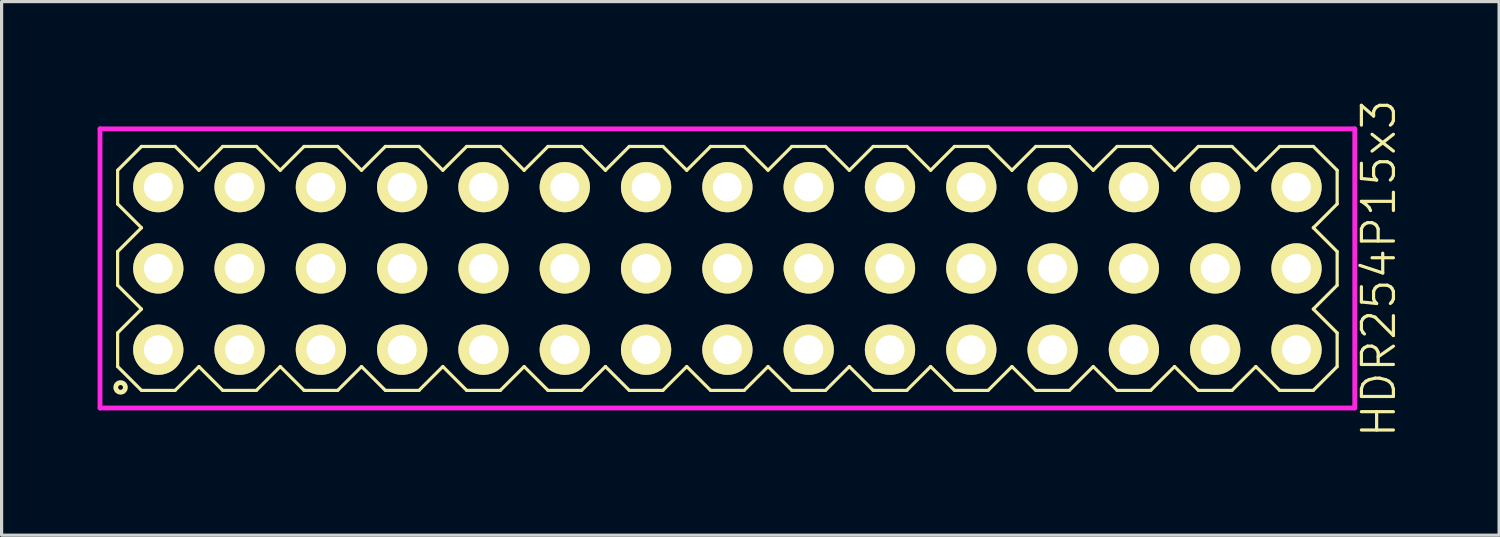
<source format=kicad_pcb>
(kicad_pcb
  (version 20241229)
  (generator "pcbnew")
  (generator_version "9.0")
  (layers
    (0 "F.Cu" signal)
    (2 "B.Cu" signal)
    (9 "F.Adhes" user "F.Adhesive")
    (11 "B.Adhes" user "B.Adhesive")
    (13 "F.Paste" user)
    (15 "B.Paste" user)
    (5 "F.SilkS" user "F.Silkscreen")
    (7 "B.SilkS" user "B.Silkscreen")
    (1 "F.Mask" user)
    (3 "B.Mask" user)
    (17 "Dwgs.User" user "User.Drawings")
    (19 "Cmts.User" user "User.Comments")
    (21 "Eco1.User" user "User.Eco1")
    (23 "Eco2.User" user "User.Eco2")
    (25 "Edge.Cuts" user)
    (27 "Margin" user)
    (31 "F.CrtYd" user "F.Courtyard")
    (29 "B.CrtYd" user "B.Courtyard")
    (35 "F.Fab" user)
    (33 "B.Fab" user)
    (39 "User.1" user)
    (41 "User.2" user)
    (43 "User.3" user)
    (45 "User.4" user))
  (footprint "HDR254P15x3"
    (layer "F.Cu")
    (at 19.675 5.336)
    (property "Reference" "HDR254P15x3" (at 20.35 0 90) (layer "F.SilkS") (effects (font (size 1 1) (thickness 0.1))))
    (attr through_hole)
    (fp_line (start -19.05 -3.066) (end -18.306 -3.81) (stroke (width 0.1) (type solid)) (layer "F.SilkS"))
    (fp_line (start -19.05 -2.014) (end -19.05 -3.066) (stroke (width 0.1) (type solid)) (layer "F.SilkS"))
    (fp_line (start -19.05 -0.526) (end -18.306 -1.27) (stroke (width 0.1) (type solid)) (layer "F.SilkS"))
    (fp_line (start -19.05 0.526) (end -19.05 -0.526) (stroke (width 0.1) (type solid)) (layer "F.SilkS"))
    (fp_line (start -19.05 2.014) (end -18.306 1.27) (stroke (width 0.1) (type solid)) (layer "F.SilkS"))
    (fp_line (start -19.05 3.066) (end -19.05 2.014) (stroke (width 0.1) (type solid)) (layer "F.SilkS"))
    (fp_line (start -18.306 -3.81) (end -17.254 -3.81) (stroke (width 0.1) (type solid)) (layer "F.SilkS"))
    (fp_line (start -18.306 -1.27) (end -19.05 -2.014) (stroke (width 0.1) (type solid)) (layer "F.SilkS"))
    (fp_line (start -18.306 1.27) (end -19.05 0.526) (stroke (width 0.1) (type solid)) (layer "F.SilkS"))
    (fp_line (start -18.306 3.81) (end -19.05 3.066) (stroke (width 0.1) (type solid)) (layer "F.SilkS"))
    (fp_line (start -17.254 -3.81) (end -16.51 -3.066) (stroke (width 0.1) (type solid)) (layer "F.SilkS"))
    (fp_line (start -17.254 3.81) (end -18.306 3.81) (stroke (width 0.1) (type solid)) (layer "F.SilkS"))
    (fp_line (start -16.51 -3.066) (end -15.766 -3.81) (stroke (width 0.1) (type solid)) (layer "F.SilkS"))
    (fp_line (start -16.51 3.066) (end -17.254 3.81) (stroke (width 0.1) (type solid)) (layer "F.SilkS"))
    (fp_line (start -15.766 -3.81) (end -14.714 -3.81) (stroke (width 0.1) (type solid)) (layer "F.SilkS"))
    (fp_line (start -15.766 3.81) (end -16.51 3.066) (stroke (width 0.1) (type solid)) (layer "F.SilkS"))
    (fp_line (start -14.714 -3.81) (end -13.97 -3.066) (stroke (width 0.1) (type solid)) (layer "F.SilkS"))
    (fp_line (start -14.714 3.81) (end -15.766 3.81) (stroke (width 0.1) (type solid)) (layer "F.SilkS"))
    (fp_line (start -13.97 -3.066) (end -13.226 -3.81) (stroke (width 0.1) (type solid)) (layer "F.SilkS"))
    (fp_line (start -13.97 3.066) (end -14.714 3.81) (stroke (width 0.1) (type solid)) (layer "F.SilkS"))
    (fp_line (start -13.226 -3.81) (end -12.174 -3.81) (stroke (width 0.1) (type solid)) (layer "F.SilkS"))
    (fp_line (start -13.226 3.81) (end -13.97 3.066) (stroke (width 0.1) (type solid)) (layer "F.SilkS"))
    (fp_line (start -12.174 -3.81) (end -11.43 -3.066) (stroke (width 0.1) (type solid)) (layer "F.SilkS"))
    (fp_line (start -12.174 3.81) (end -13.226 3.81) (stroke (width 0.1) (type solid)) (layer "F.SilkS"))
    (fp_line (start -11.43 -3.066) (end -10.686 -3.81) (stroke (width 0.1) (type solid)) (layer "F.SilkS"))
    (fp_line (start -11.43 3.066) (end -12.174 3.81) (stroke (width 0.1) (type solid)) (layer "F.SilkS"))
    (fp_line (start -10.686 -3.81) (end -9.634 -3.81) (stroke (width 0.1) (type solid)) (layer "F.SilkS"))
    (fp_line (start -10.686 3.81) (end -11.43 3.066) (stroke (width 0.1) (type solid)) (layer "F.SilkS"))
    (fp_line (start -9.634 -3.81) (end -8.89 -3.066) (stroke (width 0.1) (type solid)) (layer "F.SilkS"))
    (fp_line (start -9.634 3.81) (end -10.686 3.81) (stroke (width 0.1) (type solid)) (layer "F.SilkS"))
    (fp_line (start -8.89 -3.066) (end -8.146 -3.81) (stroke (width 0.1) (type solid)) (layer "F.SilkS"))
    (fp_line (start -8.89 3.066) (end -9.634 3.81) (stroke (width 0.1) (type solid)) (layer "F.SilkS"))
    (fp_line (start -8.146 -3.81) (end -7.094 -3.81) (stroke (width 0.1) (type solid)) (layer "F.SilkS"))
    (fp_line (start -8.146 3.81) (end -8.89 3.066) (stroke (width 0.1) (type solid)) (layer "F.SilkS"))
    (fp_line (start -7.094 -3.81) (end -6.35 -3.066) (stroke (width 0.1) (type solid)) (layer "F.SilkS"))
    (fp_line (start -7.094 3.81) (end -8.146 3.81) (stroke (width 0.1) (type solid)) (layer "F.SilkS"))
    (fp_line (start -6.35 -3.066) (end -5.606 -3.81) (stroke (width 0.1) (type solid)) (layer "F.SilkS"))
    (fp_line (start -6.35 3.066) (end -7.094 3.81) (stroke (width 0.1) (type solid)) (layer "F.SilkS"))
    (fp_line (start -5.606 -3.81) (end -4.554 -3.81) (stroke (width 0.1) (type solid)) (layer "F.SilkS"))
    (fp_line (start -5.606 3.81) (end -6.35 3.066) (stroke (width 0.1) (type solid)) (layer "F.SilkS"))
    (fp_line (start -4.554 -3.81) (end -3.81 -3.066) (stroke (width 0.1) (type solid)) (layer "F.SilkS"))
    (fp_line (start -4.554 3.81) (end -5.606 3.81) (stroke (width 0.1) (type solid)) (layer "F.SilkS"))
    (fp_line (start -3.81 -3.066) (end -3.066 -3.81) (stroke (width 0.1) (type solid)) (layer "F.SilkS"))
    (fp_line (start -3.81 3.066) (end -4.554 3.81) (stroke (width 0.1) (type solid)) (layer "F.SilkS"))
    (fp_line (start -3.066 -3.81) (end -2.014 -3.81) (stroke (width 0.1) (type solid)) (layer "F.SilkS"))
    (fp_line (start -3.066 3.81) (end -3.81 3.066) (stroke (width 0.1) (type solid)) (layer "F.SilkS"))
    (fp_line (start -2.014 -3.81) (end -1.27 -3.066) (stroke (width 0.1) (type solid)) (layer "F.SilkS"))
    (fp_line (start -2.014 3.81) (end -3.066 3.81) (stroke (width 0.1) (type solid)) (layer "F.SilkS"))
    (fp_line (start -1.27 -3.066) (end -0.526 -3.81) (stroke (width 0.1) (type solid)) (layer "F.SilkS"))
    (fp_line (start -1.27 3.066) (end -2.014 3.81) (stroke (width 0.1) (type solid)) (layer "F.SilkS"))
    (fp_line (start -0.526 -3.81) (end 0.526 -3.81) (stroke (width 0.1) (type solid)) (layer "F.SilkS"))
    (fp_line (start -0.526 3.81) (end -1.27 3.066) (stroke (width 0.1) (type solid)) (layer "F.SilkS"))
    (fp_line (start 0.526 -3.81) (end 1.27 -3.066) (stroke (width 0.1) (type solid)) (layer "F.SilkS"))
    (fp_line (start 0.526 3.81) (end -0.526 3.81) (stroke (width 0.1) (type solid)) (layer "F.SilkS"))
    (fp_line (start 1.27 -3.066) (end 2.014 -3.81) (stroke (width 0.1) (type solid)) (layer "F.SilkS"))
    (fp_line (start 1.27 3.066) (end 0.526 3.81) (stroke (width 0.1) (type solid)) (layer "F.SilkS"))
    (fp_line (start 2.014 -3.81) (end 3.066 -3.81) (stroke (width 0.1) (type solid)) (layer "F.SilkS"))
    (fp_line (start 2.014 3.81) (end 1.27 3.066) (stroke (width 0.1) (type solid)) (layer "F.SilkS"))
    (fp_line (start 3.066 -3.81) (end 3.81 -3.066) (stroke (width 0.1) (type solid)) (layer "F.SilkS"))
    (fp_line (start 3.066 3.81) (end 2.014 3.81) (stroke (width 0.1) (type solid)) (layer "F.SilkS"))
    (fp_line (start 3.81 -3.066) (end 4.554 -3.81) (stroke (width 0.1) (type solid)) (layer "F.SilkS"))
    (fp_line (start 3.81 3.066) (end 3.066 3.81) (stroke (width 0.1) (type solid)) (layer "F.SilkS"))
    (fp_line (start 4.554 -3.81) (end 5.606 -3.81) (stroke (width 0.1) (type solid)) (layer "F.SilkS"))
    (fp_line (start 4.554 3.81) (end 3.81 3.066) (stroke (width 0.1) (type solid)) (layer "F.SilkS"))
    (fp_line (start 5.606 -3.81) (end 6.35 -3.066) (stroke (width 0.1) (type solid)) (layer "F.SilkS"))
    (fp_line (start 5.606 3.81) (end 4.554 3.81) (stroke (width 0.1) (type solid)) (layer "F.SilkS"))
    (fp_line (start 6.35 -3.066) (end 7.094 -3.81) (stroke (width 0.1) (type solid)) (layer "F.SilkS"))
    (fp_line (start 6.35 3.066) (end 5.606 3.81) (stroke (width 0.1) (type solid)) (layer "F.SilkS"))
    (fp_line (start 7.094 -3.81) (end 8.146 -3.81) (stroke (width 0.1) (type solid)) (layer "F.SilkS"))
    (fp_line (start 7.094 3.81) (end 6.35 3.066) (stroke (width 0.1) (type solid)) (layer "F.SilkS"))
    (fp_line (start 8.146 -3.81) (end 8.89 -3.066) (stroke (width 0.1) (type solid)) (layer "F.SilkS"))
    (fp_line (start 8.146 3.81) (end 7.094 3.81) (stroke (width 0.1) (type solid)) (layer "F.SilkS"))
    (fp_line (start 8.89 -3.066) (end 9.634 -3.81) (stroke (width 0.1) (type solid)) (layer "F.SilkS"))
    (fp_line (start 8.89 3.066) (end 8.146 3.81) (stroke (width 0.1) (type solid)) (layer "F.SilkS"))
    (fp_line (start 9.634 -3.81) (end 10.686 -3.81) (stroke (width 0.1) (type solid)) (layer "F.SilkS"))
    (fp_line (start 9.634 3.81) (end 8.89 3.066) (stroke (width 0.1) (type solid)) (layer "F.SilkS"))
    (fp_line (start 10.686 -3.81) (end 11.43 -3.066) (stroke (width 0.1) (type solid)) (layer "F.SilkS"))
    (fp_line (start 10.686 3.81) (end 9.634 3.81) (stroke (width 0.1) (type solid)) (layer "F.SilkS"))
    (fp_line (start 11.43 -3.066) (end 12.174 -3.81) (stroke (width 0.1) (type solid)) (layer "F.SilkS"))
    (fp_line (start 11.43 3.066) (end 10.686 3.81) (stroke (width 0.1) (type solid)) (layer "F.SilkS"))
    (fp_line (start 12.174 -3.81) (end 13.226 -3.81) (stroke (width 0.1) (type solid)) (layer "F.SilkS"))
    (fp_line (start 12.174 3.81) (end 11.43 3.066) (stroke (width 0.1) (type solid)) (layer "F.SilkS"))
    (fp_line (start 13.226 -3.81) (end 13.97 -3.066) (stroke (width 0.1) (type solid)) (layer "F.SilkS"))
    (fp_line (start 13.226 3.81) (end 12.174 3.81) (stroke (width 0.1) (type solid)) (layer "F.SilkS"))
    (fp_line (start 13.97 -3.066) (end 14.714 -3.81) (stroke (width 0.1) (type solid)) (layer "F.SilkS"))
    (fp_line (start 13.97 3.066) (end 13.226 3.81) (stroke (width 0.1) (type solid)) (layer "F.SilkS"))
    (fp_line (start 14.714 -3.81) (end 15.766 -3.81) (stroke (width 0.1) (type solid)) (layer "F.SilkS"))
    (fp_line (start 14.714 3.81) (end 13.97 3.066) (stroke (width 0.1) (type solid)) (layer "F.SilkS"))
    (fp_line (start 15.766 -3.81) (end 16.51 -3.066) (stroke (width 0.1) (type solid)) (layer "F.SilkS"))
    (fp_line (start 15.766 3.81) (end 14.714 3.81) (stroke (width 0.1) (type solid)) (layer "F.SilkS"))
    (fp_line (start 16.51 -3.066) (end 17.254 -3.81) (stroke (width 0.1) (type solid)) (layer "F.SilkS"))
    (fp_line (start 16.51 3.066) (end 15.766 3.81) (stroke (width 0.1) (type solid)) (layer "F.SilkS"))
    (fp_line (start 17.254 -3.81) (end 18.306 -3.81) (stroke (width 0.1) (type solid)) (layer "F.SilkS"))
    (fp_line (start 17.254 3.81) (end 16.51 3.066) (stroke (width 0.1) (type solid)) (layer "F.SilkS"))
    (fp_line (start 18.306 -3.81) (end 19.05 -3.066) (stroke (width 0.1) (type solid)) (layer "F.SilkS"))
    (fp_line (start 18.306 -1.27) (end 19.05 -0.526) (stroke (width 0.1) (type solid)) (layer "F.SilkS"))
    (fp_line (start 18.306 1.27) (end 19.05 2.014) (stroke (width 0.1) (type solid)) (layer "F.SilkS"))
    (fp_line (start 18.306 3.81) (end 17.254 3.81) (stroke (width 0.1) (type solid)) (layer "F.SilkS"))
    (fp_line (start 19.05 -3.066) (end 19.05 -2.014) (stroke (width 0.1) (type solid)) (layer "F.SilkS"))
    (fp_line (start 19.05 -2.014) (end 18.306 -1.27) (stroke (width 0.1) (type solid)) (layer "F.SilkS"))
    (fp_line (start 19.05 -0.526) (end 19.05 0.526) (stroke (width 0.1) (type solid)) (layer "F.SilkS"))
    (fp_line (start 19.05 0.526) (end 18.306 1.27) (stroke (width 0.1) (type solid)) (layer "F.SilkS"))
    (fp_line (start 19.05 2.014) (end 19.05 3.066) (stroke (width 0.1) (type solid)) (layer "F.SilkS"))
    (fp_line (start 19.05 3.066) (end 18.306 3.81) (stroke (width 0.1) (type solid)) (layer "F.SilkS"))
    (fp_circle (center -18.958 3.718) (end -18.808 3.718) (stroke (width 0.15) (type solid)) (fill no) (layer "F.SilkS"))
    (fp_line (start -19.6 -4.36) (end -19.6 4.36) (stroke (width 0.15) (type solid)) (layer "F.CrtYd"))
    (fp_line (start -19.6 4.36) (end 19.6 4.36) (stroke (width 0.15) (type solid)) (layer "F.CrtYd"))
    (fp_line (start 19.6 -4.36) (end -19.6 -4.36) (stroke (width 0.15) (type solid)) (layer "F.CrtYd"))
    (fp_line (start 19.6 4.36) (end 19.6 -4.36) (stroke (width 0.15) (type solid)) (layer "F.CrtYd"))
    (pad "1" thru_hole oval (at -17.78 2.54) (size 1.57 1.57) (drill 0.9) (layers "*.Cu" "*.Mask" "F.SilkS"))
    (pad "2" thru_hole oval (at -17.78 0) (size 1.57 1.57) (drill 0.9) (layers "*.Cu" "*.Mask" "F.SilkS"))
    (pad "3" thru_hole oval (at -17.78 -2.54) (size 1.57 1.57) (drill 0.9) (layers "*.Cu" "*.Mask" "F.SilkS"))
    (pad "4" thru_hole oval (at -15.24 2.54) (size 1.57 1.57) (drill 0.9) (layers "*.Cu" "*.Mask" "F.SilkS"))
    (pad "5" thru_hole oval (at -15.24 0) (size 1.57 1.57) (drill 0.9) (layers "*.Cu" "*.Mask" "F.SilkS"))
    (pad "6" thru_hole oval (at -15.24 -2.54) (size 1.57 1.57) (drill 0.9) (layers "*.Cu" "*.Mask" "F.SilkS"))
    (pad "7" thru_hole oval (at -12.7 2.54) (size 1.57 1.57) (drill 0.9) (layers "*.Cu" "*.Mask" "F.SilkS"))
    (pad "8" thru_hole oval (at -12.7 0) (size 1.57 1.57) (drill 0.9) (layers "*.Cu" "*.Mask" "F.SilkS"))
    (pad "9" thru_hole oval (at -12.7 -2.54) (size 1.57 1.57) (drill 0.9) (layers "*.Cu" "*.Mask" "F.SilkS"))
    (pad "10" thru_hole oval (at -10.16 2.54) (size 1.57 1.57) (drill 0.9) (layers "*.Cu" "*.Mask" "F.SilkS"))
    (pad "11" thru_hole oval (at -10.16 0) (size 1.57 1.57) (drill 0.9) (layers "*.Cu" "*.Mask" "F.SilkS"))
    (pad "12" thru_hole oval (at -10.16 -2.54) (size 1.57 1.57) (drill 0.9) (layers "*.Cu" "*.Mask" "F.SilkS"))
    (pad "13" thru_hole oval (at -7.62 2.54) (size 1.57 1.57) (drill 0.9) (layers "*.Cu" "*.Mask" "F.SilkS"))
    (pad "14" thru_hole oval (at -7.62 0) (size 1.57 1.57) (drill 0.9) (layers "*.Cu" "*.Mask" "F.SilkS"))
    (pad "15" thru_hole oval (at -7.62 -2.54) (size 1.57 1.57) (drill 0.9) (layers "*.Cu" "*.Mask" "F.SilkS"))
    (pad "16" thru_hole oval (at -5.08 2.54) (size 1.57 1.57) (drill 0.9) (layers "*.Cu" "*.Mask" "F.SilkS"))
    (pad "17" thru_hole oval (at -5.08 0) (size 1.57 1.57) (drill 0.9) (layers "*.Cu" "*.Mask" "F.SilkS"))
    (pad "18" thru_hole oval (at -5.08 -2.54) (size 1.57 1.57) (drill 0.9) (layers "*.Cu" "*.Mask" "F.SilkS"))
    (pad "19" thru_hole oval (at -2.54 2.54) (size 1.57 1.57) (drill 0.9) (layers "*.Cu" "*.Mask" "F.SilkS"))
    (pad "20" thru_hole oval (at -2.54 0) (size 1.57 1.57) (drill 0.9) (layers "*.Cu" "*.Mask" "F.SilkS"))
    (pad "21" thru_hole oval (at -2.54 -2.54) (size 1.57 1.57) (drill 0.9) (layers "*.Cu" "*.Mask" "F.SilkS"))
    (pad "22" thru_hole oval (at 0 2.54) (size 1.57 1.57) (drill 0.9) (layers "*.Cu" "*.Mask" "F.SilkS"))
    (pad "23" thru_hole oval (at 0 0) (size 1.57 1.57) (drill 0.9) (layers "*.Cu" "*.Mask" "F.SilkS"))
    (pad "24" thru_hole oval (at 0 -2.54) (size 1.57 1.57) (drill 0.9) (layers "*.Cu" "*.Mask" "F.SilkS"))
    (pad "25" thru_hole oval (at 2.54 2.54) (size 1.57 1.57) (drill 0.9) (layers "*.Cu" "*.Mask" "F.SilkS"))
    (pad "26" thru_hole oval (at 2.54 0) (size 1.57 1.57) (drill 0.9) (layers "*.Cu" "*.Mask" "F.SilkS"))
    (pad "27" thru_hole oval (at 2.54 -2.54) (size 1.57 1.57) (drill 0.9) (layers "*.Cu" "*.Mask" "F.SilkS"))
    (pad "28" thru_hole oval (at 5.08 2.54) (size 1.57 1.57) (drill 0.9) (layers "*.Cu" "*.Mask" "F.SilkS"))
    (pad "29" thru_hole oval (at 5.08 0) (size 1.57 1.57) (drill 0.9) (layers "*.Cu" "*.Mask" "F.SilkS"))
    (pad "30" thru_hole oval (at 5.08 -2.54) (size 1.57 1.57) (drill 0.9) (layers "*.Cu" "*.Mask" "F.SilkS"))
    (pad "31" thru_hole oval (at 7.62 2.54) (size 1.57 1.57) (drill 0.9) (layers "*.Cu" "*.Mask" "F.SilkS"))
    (pad "32" thru_hole oval (at 7.62 0) (size 1.57 1.57) (drill 0.9) (layers "*.Cu" "*.Mask" "F.SilkS"))
    (pad "33" thru_hole oval (at 7.62 -2.54) (size 1.57 1.57) (drill 0.9) (layers "*.Cu" "*.Mask" "F.SilkS"))
    (pad "34" thru_hole oval (at 10.16 2.54) (size 1.57 1.57) (drill 0.9) (layers "*.Cu" "*.Mask" "F.SilkS"))
    (pad "35" thru_hole oval (at 10.16 0) (size 1.57 1.57) (drill 0.9) (layers "*.Cu" "*.Mask" "F.SilkS"))
    (pad "36" thru_hole oval (at 10.16 -2.54) (size 1.57 1.57) (drill 0.9) (layers "*.Cu" "*.Mask" "F.SilkS"))
    (pad "37" thru_hole oval (at 12.7 2.54) (size 1.57 1.57) (drill 0.9) (layers "*.Cu" "*.Mask" "F.SilkS"))
    (pad "38" thru_hole oval (at 12.7 0) (size 1.57 1.57) (drill 0.9) (layers "*.Cu" "*.Mask" "F.SilkS"))
    (pad "39" thru_hole oval (at 12.7 -2.54) (size 1.57 1.57) (drill 0.9) (layers "*.Cu" "*.Mask" "F.SilkS"))
    (pad "40" thru_hole oval (at 15.24 2.54) (size 1.57 1.57) (drill 0.9) (layers "*.Cu" "*.Mask" "F.SilkS"))
    (pad "41" thru_hole oval (at 15.24 0) (size 1.57 1.57) (drill 0.9) (layers "*.Cu" "*.Mask" "F.SilkS"))
    (pad "42" thru_hole oval (at 15.24 -2.54) (size 1.57 1.57) (drill 0.9) (layers "*.Cu" "*.Mask" "F.SilkS"))
    (pad "43" thru_hole oval (at 17.78 2.54) (size 1.57 1.57) (drill 0.9) (layers "*.Cu" "*.Mask" "F.SilkS"))
    (pad "44" thru_hole oval (at 17.78 0) (size 1.57 1.57) (drill 0.9) (layers "*.Cu" "*.Mask" "F.SilkS"))
    (pad "45" thru_hole oval (at 17.78 -2.54) (size 1.57 1.57) (drill 0.9) (layers "*.Cu" "*.Mask" "F.SilkS")))
  (gr_rect
    (start -3 -3)
    (end 43.785 13.671)
    (stroke (width 0.1) (type default))
    (fill no)
    (layer "Edge.Cuts")))
</source>
